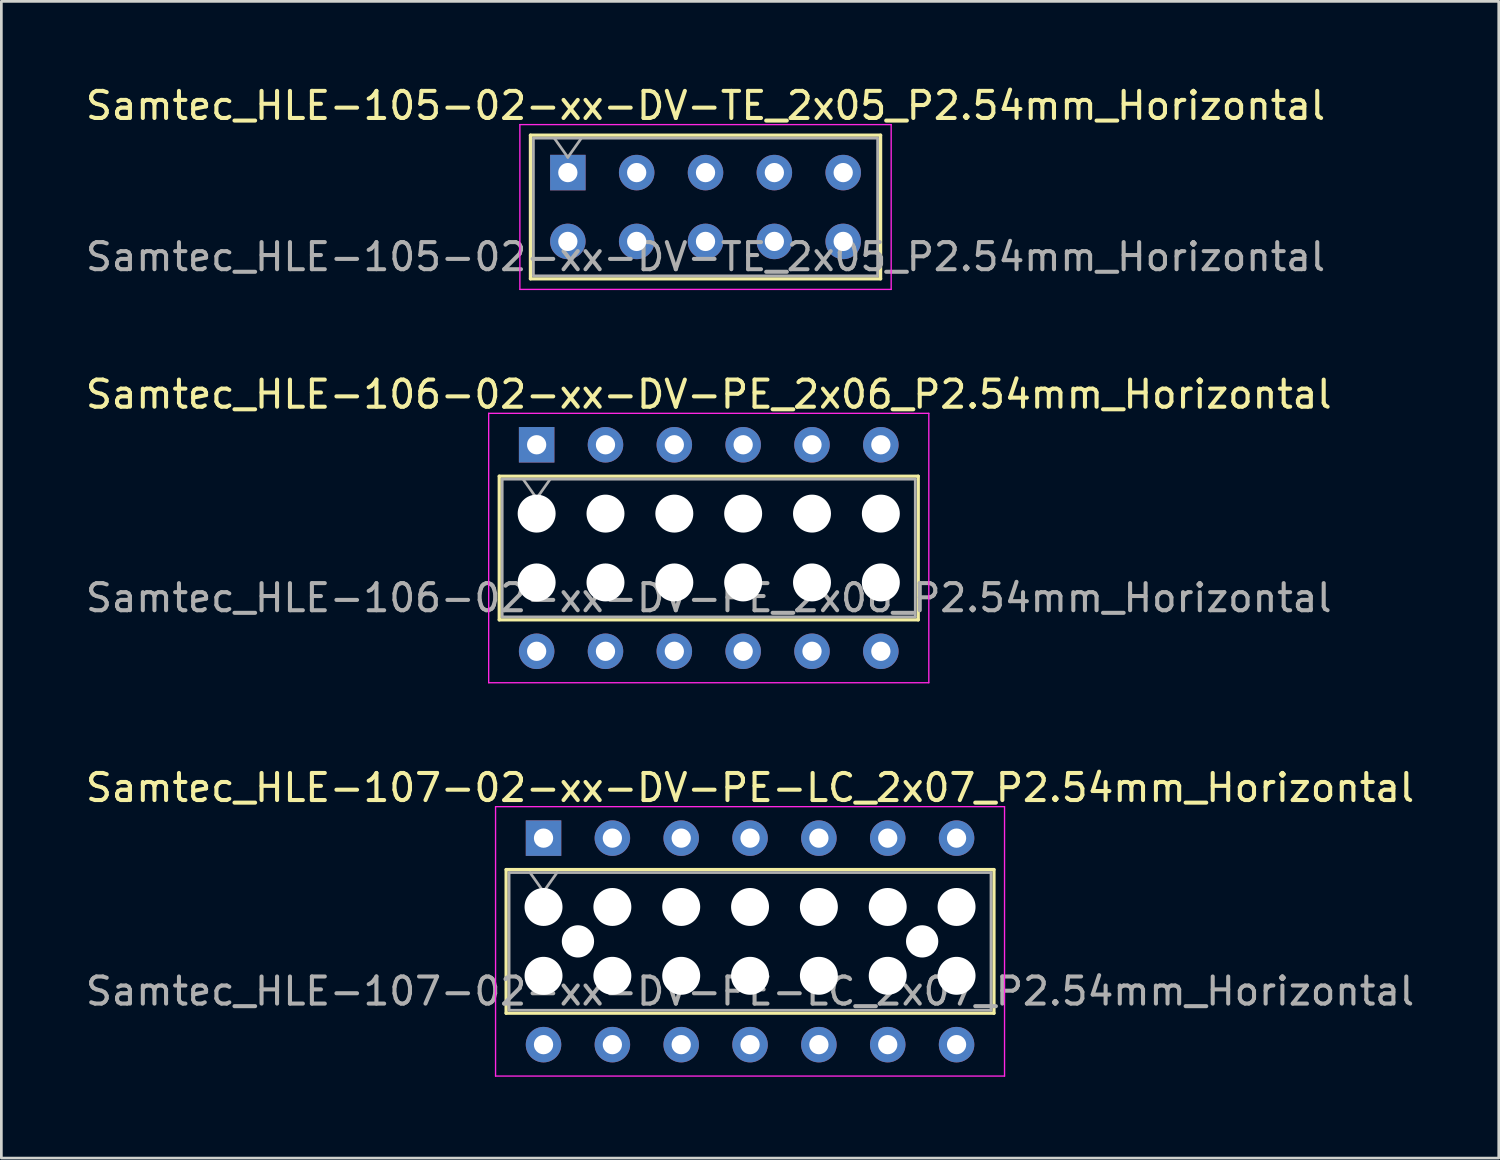
<source format=kicad_pcb>
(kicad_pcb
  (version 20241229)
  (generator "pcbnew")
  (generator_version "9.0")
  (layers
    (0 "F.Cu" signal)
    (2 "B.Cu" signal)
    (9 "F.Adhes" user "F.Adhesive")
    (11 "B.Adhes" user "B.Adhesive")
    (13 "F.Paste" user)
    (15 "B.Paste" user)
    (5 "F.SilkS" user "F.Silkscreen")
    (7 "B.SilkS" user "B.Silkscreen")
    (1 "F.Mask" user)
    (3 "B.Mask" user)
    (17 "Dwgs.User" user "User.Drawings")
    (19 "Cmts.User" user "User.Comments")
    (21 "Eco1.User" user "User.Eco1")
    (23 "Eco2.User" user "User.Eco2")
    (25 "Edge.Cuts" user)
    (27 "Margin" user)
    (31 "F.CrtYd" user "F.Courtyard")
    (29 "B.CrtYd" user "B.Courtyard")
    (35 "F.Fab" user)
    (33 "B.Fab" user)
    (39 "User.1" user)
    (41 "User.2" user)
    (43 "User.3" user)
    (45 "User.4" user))
  (footprint "Samtec_HLE-106-02-xx-DV-PE_2x06_P2.54mm_Horizontal"
    (layer "F.Cu")
    (at 16.751 13.361)
    (property "Reference" "Samtec_HLE-106-02-xx-DV-PE_2x06_P2.54mm_Horizontal" (at 6.35 -1.86 0) (layer "F.SilkS") (effects (font (size 1 1) (thickness 0.15))))
    (attr through_hole)
    (fp_line (start -1.38 1.16) (end 14.08 1.16) (stroke (width 0.12) (type solid)) (layer "F.SilkS"))
    (fp_line (start -1.38 6.46) (end -1.38 1.16) (stroke (width 0.12) (type solid)) (layer "F.SilkS"))
    (fp_line (start 14.08 1.16) (end 14.08 6.46) (stroke (width 0.12) (type solid)) (layer "F.SilkS"))
    (fp_line (start 14.08 6.46) (end -1.38 6.46) (stroke (width 0.12) (type solid)) (layer "F.SilkS"))
    (fp_line (start -1.77 -1.16) (end 14.47 -1.16) (stroke (width 0.05) (type solid)) (layer "F.CrtYd"))
    (fp_line (start -1.77 8.78) (end -1.77 -1.16) (stroke (width 0.05) (type solid)) (layer "F.CrtYd"))
    (fp_line (start 14.47 -1.16) (end 14.47 8.78) (stroke (width 0.05) (type solid)) (layer "F.CrtYd"))
    (fp_line (start 14.47 8.78) (end -1.77 8.78) (stroke (width 0.05) (type solid)) (layer "F.CrtYd"))
    (fp_line (start -1.27 1.27) (end 13.97 1.27) (stroke (width 0.1) (type solid)) (layer "F.Fab"))
    (fp_line (start -1.27 6.35) (end -1.27 1.27) (stroke (width 0.1) (type solid)) (layer "F.Fab"))
    (fp_line (start -0.5 1.27) (end 0 1.977) (stroke (width 0.1) (type solid)) (layer "F.Fab"))
    (fp_line (start 0 1.977) (end 0.5 1.27) (stroke (width 0.1) (type solid)) (layer "F.Fab"))
    (fp_line (start 13.97 1.27) (end 13.97 6.35) (stroke (width 0.1) (type solid)) (layer "F.Fab"))
    (fp_line (start 13.97 6.35) (end -1.27 6.35) (stroke (width 0.1) (type solid)) (layer "F.Fab"))
    (fp_text user "${REFERENCE}" (at 6.35 5.65 0) (layer "F.Fab") (effects (font (size 1 1) (thickness 0.15))))
    (pad "" np_thru_hole circle (at 0 2.54) (size 1.4 1.4) (drill 1.4) (layers "*.Cu" "*.Mask"))
    (pad "" np_thru_hole circle (at 0 5.08) (size 1.4 1.4) (drill 1.4) (layers "*.Cu" "*.Mask"))
    (pad "" np_thru_hole circle (at 2.54 2.54) (size 1.4 1.4) (drill 1.4) (layers "*.Cu" "*.Mask"))
    (pad "" np_thru_hole circle (at 2.54 5.08) (size 1.4 1.4) (drill 1.4) (layers "*.Cu" "*.Mask"))
    (pad "" np_thru_hole circle (at 5.08 2.54) (size 1.4 1.4) (drill 1.4) (layers "*.Cu" "*.Mask"))
    (pad "" np_thru_hole circle (at 5.08 5.08) (size 1.4 1.4) (drill 1.4) (layers "*.Cu" "*.Mask"))
    (pad "" np_thru_hole circle (at 7.62 2.54) (size 1.4 1.4) (drill 1.4) (layers "*.Cu" "*.Mask"))
    (pad "" np_thru_hole circle (at 7.62 5.08) (size 1.4 1.4) (drill 1.4) (layers "*.Cu" "*.Mask"))
    (pad "" np_thru_hole circle (at 10.16 2.54) (size 1.4 1.4) (drill 1.4) (layers "*.Cu" "*.Mask"))
    (pad "" np_thru_hole circle (at 10.16 5.08) (size 1.4 1.4) (drill 1.4) (layers "*.Cu" "*.Mask"))
    (pad "" np_thru_hole circle (at 12.7 2.54) (size 1.4 1.4) (drill 1.4) (layers "*.Cu" "*.Mask"))
    (pad "" np_thru_hole circle (at 12.7 5.08) (size 1.4 1.4) (drill 1.4) (layers "*.Cu" "*.Mask"))
    (pad "1" thru_hole rect (at 0 0) (size 1.31 1.31) (drill 0.71) (layers "*.Cu" "*.Mask"))
    (pad "2" thru_hole circle (at 0 7.62) (size 1.31 1.31) (drill 0.71) (layers "*.Cu" "*.Mask"))
    (pad "3" thru_hole circle (at 2.54 0) (size 1.31 1.31) (drill 0.71) (layers "*.Cu" "*.Mask"))
    (pad "4" thru_hole circle (at 2.54 7.62) (size 1.31 1.31) (drill 0.71) (layers "*.Cu" "*.Mask"))
    (pad "5" thru_hole circle (at 5.08 0) (size 1.31 1.31) (drill 0.71) (layers "*.Cu" "*.Mask"))
    (pad "6" thru_hole circle (at 5.08 7.62) (size 1.31 1.31) (drill 0.71) (layers "*.Cu" "*.Mask"))
    (pad "7" thru_hole circle (at 7.62 0) (size 1.31 1.31) (drill 0.71) (layers "*.Cu" "*.Mask"))
    (pad "8" thru_hole circle (at 7.62 7.62) (size 1.31 1.31) (drill 0.71) (layers "*.Cu" "*.Mask"))
    (pad "9" thru_hole circle (at 10.16 0) (size 1.31 1.31) (drill 0.71) (layers "*.Cu" "*.Mask"))
    (pad "10" thru_hole circle (at 10.16 7.62) (size 1.31 1.31) (drill 0.71) (layers "*.Cu" "*.Mask"))
    (pad "11" thru_hole circle (at 12.7 0) (size 1.31 1.31) (drill 0.71) (layers "*.Cu" "*.Mask"))
    (pad "12" thru_hole circle (at 12.7 7.62) (size 1.31 1.31) (drill 0.71) (layers "*.Cu" "*.Mask")))
  (footprint "Samtec_HLE-105-02-xx-DV-TE_2x05_P2.54mm_Horizontal"
    (layer "F.Cu")
    (at 17.902 3.318)
    (property "Reference" "Samtec_HLE-105-02-xx-DV-TE_2x05_P2.54mm_Horizontal" (at 5.08 -2.47 0) (layer "F.SilkS") (effects (font (size 1 1) (thickness 0.15))))
    (attr through_hole)
    (fp_line (start -1.38 -1.38) (end 11.54 -1.38) (stroke (width 0.12) (type solid)) (layer "F.SilkS"))
    (fp_line (start -1.38 3.92) (end -1.38 -1.38) (stroke (width 0.12) (type solid)) (layer "F.SilkS"))
    (fp_line (start 11.54 -1.38) (end 11.54 3.92) (stroke (width 0.12) (type solid)) (layer "F.SilkS"))
    (fp_line (start 11.54 3.92) (end -1.38 3.92) (stroke (width 0.12) (type solid)) (layer "F.SilkS"))
    (fp_line (start -1.77 -1.77) (end 11.93 -1.77) (stroke (width 0.05) (type solid)) (layer "F.CrtYd"))
    (fp_line (start -1.77 4.31) (end -1.77 -1.77) (stroke (width 0.05) (type solid)) (layer "F.CrtYd"))
    (fp_line (start 11.93 -1.77) (end 11.93 4.31) (stroke (width 0.05) (type solid)) (layer "F.CrtYd"))
    (fp_line (start 11.93 4.31) (end -1.77 4.31) (stroke (width 0.05) (type solid)) (layer "F.CrtYd"))
    (fp_line (start -1.27 -1.27) (end 11.43 -1.27) (stroke (width 0.1) (type solid)) (layer "F.Fab"))
    (fp_line (start -1.27 3.81) (end -1.27 -1.27) (stroke (width 0.1) (type solid)) (layer "F.Fab"))
    (fp_line (start -0.5 -1.27) (end 0 -0.563) (stroke (width 0.1) (type solid)) (layer "F.Fab"))
    (fp_line (start 0 -0.563) (end 0.5 -1.27) (stroke (width 0.1) (type solid)) (layer "F.Fab"))
    (fp_line (start 11.43 -1.27) (end 11.43 3.81) (stroke (width 0.1) (type solid)) (layer "F.Fab"))
    (fp_line (start 11.43 3.81) (end -1.27 3.81) (stroke (width 0.1) (type solid)) (layer "F.Fab"))
    (fp_text user "${REFERENCE}" (at 5.08 3.11 0) (layer "F.Fab") (effects (font (size 1 1) (thickness 0.15))))
    (pad "1" thru_hole rect (at 0 0) (size 1.31 1.31) (drill 0.71) (layers "*.Cu" "*.Mask"))
    (pad "2" thru_hole circle (at 0 2.54) (size 1.31 1.31) (drill 0.71) (layers "*.Cu" "*.Mask"))
    (pad "3" thru_hole circle (at 2.54 0) (size 1.31 1.31) (drill 0.71) (layers "*.Cu" "*.Mask"))
    (pad "4" thru_hole circle (at 2.54 2.54) (size 1.31 1.31) (drill 0.71) (layers "*.Cu" "*.Mask"))
    (pad "5" thru_hole circle (at 5.08 0) (size 1.31 1.31) (drill 0.71) (layers "*.Cu" "*.Mask"))
    (pad "6" thru_hole circle (at 5.08 2.54) (size 1.31 1.31) (drill 0.71) (layers "*.Cu" "*.Mask"))
    (pad "7" thru_hole circle (at 7.62 0) (size 1.31 1.31) (drill 0.71) (layers "*.Cu" "*.Mask"))
    (pad "8" thru_hole circle (at 7.62 2.54) (size 1.31 1.31) (drill 0.71) (layers "*.Cu" "*.Mask"))
    (pad "9" thru_hole circle (at 10.16 0) (size 1.31 1.31) (drill 0.71) (layers "*.Cu" "*.Mask"))
    (pad "10" thru_hole circle (at 10.16 2.54) (size 1.31 1.31) (drill 0.71) (layers "*.Cu" "*.Mask")))
  (footprint "Samtec_HLE-107-02-xx-DV-PE-LC_2x07_P2.54mm_Horizontal"
    (layer "F.Cu")
    (at 17.005 27.875)
    (property "Reference" "Samtec_HLE-107-02-xx-DV-PE-LC_2x07_P2.54mm_Horizontal" (at 7.62 -1.86 0) (layer "F.SilkS") (effects (font (size 1 1) (thickness 0.15))))
    (attr through_hole)
    (fp_line (start -1.38 1.16) (end 16.62 1.16) (stroke (width 0.12) (type solid)) (layer "F.SilkS"))
    (fp_line (start -1.38 6.46) (end -1.38 1.16) (stroke (width 0.12) (type solid)) (layer "F.SilkS"))
    (fp_line (start 16.62 1.16) (end 16.62 6.46) (stroke (width 0.12) (type solid)) (layer "F.SilkS"))
    (fp_line (start 16.62 6.46) (end -1.38 6.46) (stroke (width 0.12) (type solid)) (layer "F.SilkS"))
    (fp_line (start -1.77 -1.16) (end 17.01 -1.16) (stroke (width 0.05) (type solid)) (layer "F.CrtYd"))
    (fp_line (start -1.77 8.78) (end -1.77 -1.16) (stroke (width 0.05) (type solid)) (layer "F.CrtYd"))
    (fp_line (start 17.01 -1.16) (end 17.01 8.78) (stroke (width 0.05) (type solid)) (layer "F.CrtYd"))
    (fp_line (start 17.01 8.78) (end -1.77 8.78) (stroke (width 0.05) (type solid)) (layer "F.CrtYd"))
    (fp_line (start -1.27 1.27) (end 16.51 1.27) (stroke (width 0.1) (type solid)) (layer "F.Fab"))
    (fp_line (start -1.27 6.35) (end -1.27 1.27) (stroke (width 0.1) (type solid)) (layer "F.Fab"))
    (fp_line (start -0.5 1.27) (end 0 1.977) (stroke (width 0.1) (type solid)) (layer "F.Fab"))
    (fp_line (start 0 1.977) (end 0.5 1.27) (stroke (width 0.1) (type solid)) (layer "F.Fab"))
    (fp_line (start 16.51 1.27) (end 16.51 6.35) (stroke (width 0.1) (type solid)) (layer "F.Fab"))
    (fp_line (start 16.51 6.35) (end -1.27 6.35) (stroke (width 0.1) (type solid)) (layer "F.Fab"))
    (fp_text user "${REFERENCE}" (at 7.62 5.65 0) (layer "F.Fab") (effects (font (size 1 1) (thickness 0.15))))
    (pad "" np_thru_hole circle (at 0 2.54) (size 1.4 1.4) (drill 1.4) (layers "*.Cu" "*.Mask"))
    (pad "" np_thru_hole circle (at 0 5.08) (size 1.4 1.4) (drill 1.4) (layers "*.Cu" "*.Mask"))
    (pad "" np_thru_hole circle (at 1.27 3.81) (size 1.19 1.19) (drill 1.19) (layers "*.Cu" "*.Mask"))
    (pad "" np_thru_hole circle (at 2.54 2.54) (size 1.4 1.4) (drill 1.4) (layers "*.Cu" "*.Mask"))
    (pad "" np_thru_hole circle (at 2.54 5.08) (size 1.4 1.4) (drill 1.4) (layers "*.Cu" "*.Mask"))
    (pad "" np_thru_hole circle (at 5.08 2.54) (size 1.4 1.4) (drill 1.4) (layers "*.Cu" "*.Mask"))
    (pad "" np_thru_hole circle (at 5.08 5.08) (size 1.4 1.4) (drill 1.4) (layers "*.Cu" "*.Mask"))
    (pad "" np_thru_hole circle (at 7.62 2.54) (size 1.4 1.4) (drill 1.4) (layers "*.Cu" "*.Mask"))
    (pad "" np_thru_hole circle (at 7.62 5.08) (size 1.4 1.4) (drill 1.4) (layers "*.Cu" "*.Mask"))
    (pad "" np_thru_hole circle (at 10.16 2.54) (size 1.4 1.4) (drill 1.4) (layers "*.Cu" "*.Mask"))
    (pad "" np_thru_hole circle (at 10.16 5.08) (size 1.4 1.4) (drill 1.4) (layers "*.Cu" "*.Mask"))
    (pad "" np_thru_hole circle (at 12.7 2.54) (size 1.4 1.4) (drill 1.4) (layers "*.Cu" "*.Mask"))
    (pad "" np_thru_hole circle (at 12.7 5.08) (size 1.4 1.4) (drill 1.4) (layers "*.Cu" "*.Mask"))
    (pad "" np_thru_hole circle (at 13.97 3.81) (size 1.19 1.19) (drill 1.19) (layers "*.Cu" "*.Mask"))
    (pad "" np_thru_hole circle (at 15.24 2.54) (size 1.4 1.4) (drill 1.4) (layers "*.Cu" "*.Mask"))
    (pad "" np_thru_hole circle (at 15.24 5.08) (size 1.4 1.4) (drill 1.4) (layers "*.Cu" "*.Mask"))
    (pad "1" thru_hole rect (at 0 0) (size 1.31 1.31) (drill 0.71) (layers "*.Cu" "*.Mask"))
    (pad "2" thru_hole circle (at 0 7.62) (size 1.31 1.31) (drill 0.71) (layers "*.Cu" "*.Mask"))
    (pad "3" thru_hole circle (at 2.54 0) (size 1.31 1.31) (drill 0.71) (layers "*.Cu" "*.Mask"))
    (pad "4" thru_hole circle (at 2.54 7.62) (size 1.31 1.31) (drill 0.71) (layers "*.Cu" "*.Mask"))
    (pad "5" thru_hole circle (at 5.08 0) (size 1.31 1.31) (drill 0.71) (layers "*.Cu" "*.Mask"))
    (pad "6" thru_hole circle (at 5.08 7.62) (size 1.31 1.31) (drill 0.71) (layers "*.Cu" "*.Mask"))
    (pad "7" thru_hole circle (at 7.62 0) (size 1.31 1.31) (drill 0.71) (layers "*.Cu" "*.Mask"))
    (pad "8" thru_hole circle (at 7.62 7.62) (size 1.31 1.31) (drill 0.71) (layers "*.Cu" "*.Mask"))
    (pad "9" thru_hole circle (at 10.16 0) (size 1.31 1.31) (drill 0.71) (layers "*.Cu" "*.Mask"))
    (pad "10" thru_hole circle (at 10.16 7.62) (size 1.31 1.31) (drill 0.71) (layers "*.Cu" "*.Mask"))
    (pad "11" thru_hole circle (at 12.7 0) (size 1.31 1.31) (drill 0.71) (layers "*.Cu" "*.Mask"))
    (pad "12" thru_hole circle (at 12.7 7.62) (size 1.31 1.31) (drill 0.71) (layers "*.Cu" "*.Mask"))
    (pad "13" thru_hole circle (at 15.24 0) (size 1.31 1.31) (drill 0.71) (layers "*.Cu" "*.Mask"))
    (pad "14" thru_hole circle (at 15.24 7.62) (size 1.31 1.31) (drill 0.71) (layers "*.Cu" "*.Mask")))
  (gr_rect
    (start -3 -3)
    (end 52.25 39.68)
    (stroke (width 0.1) (type default))
    (fill no)
    (layer "Edge.Cuts")))
</source>
